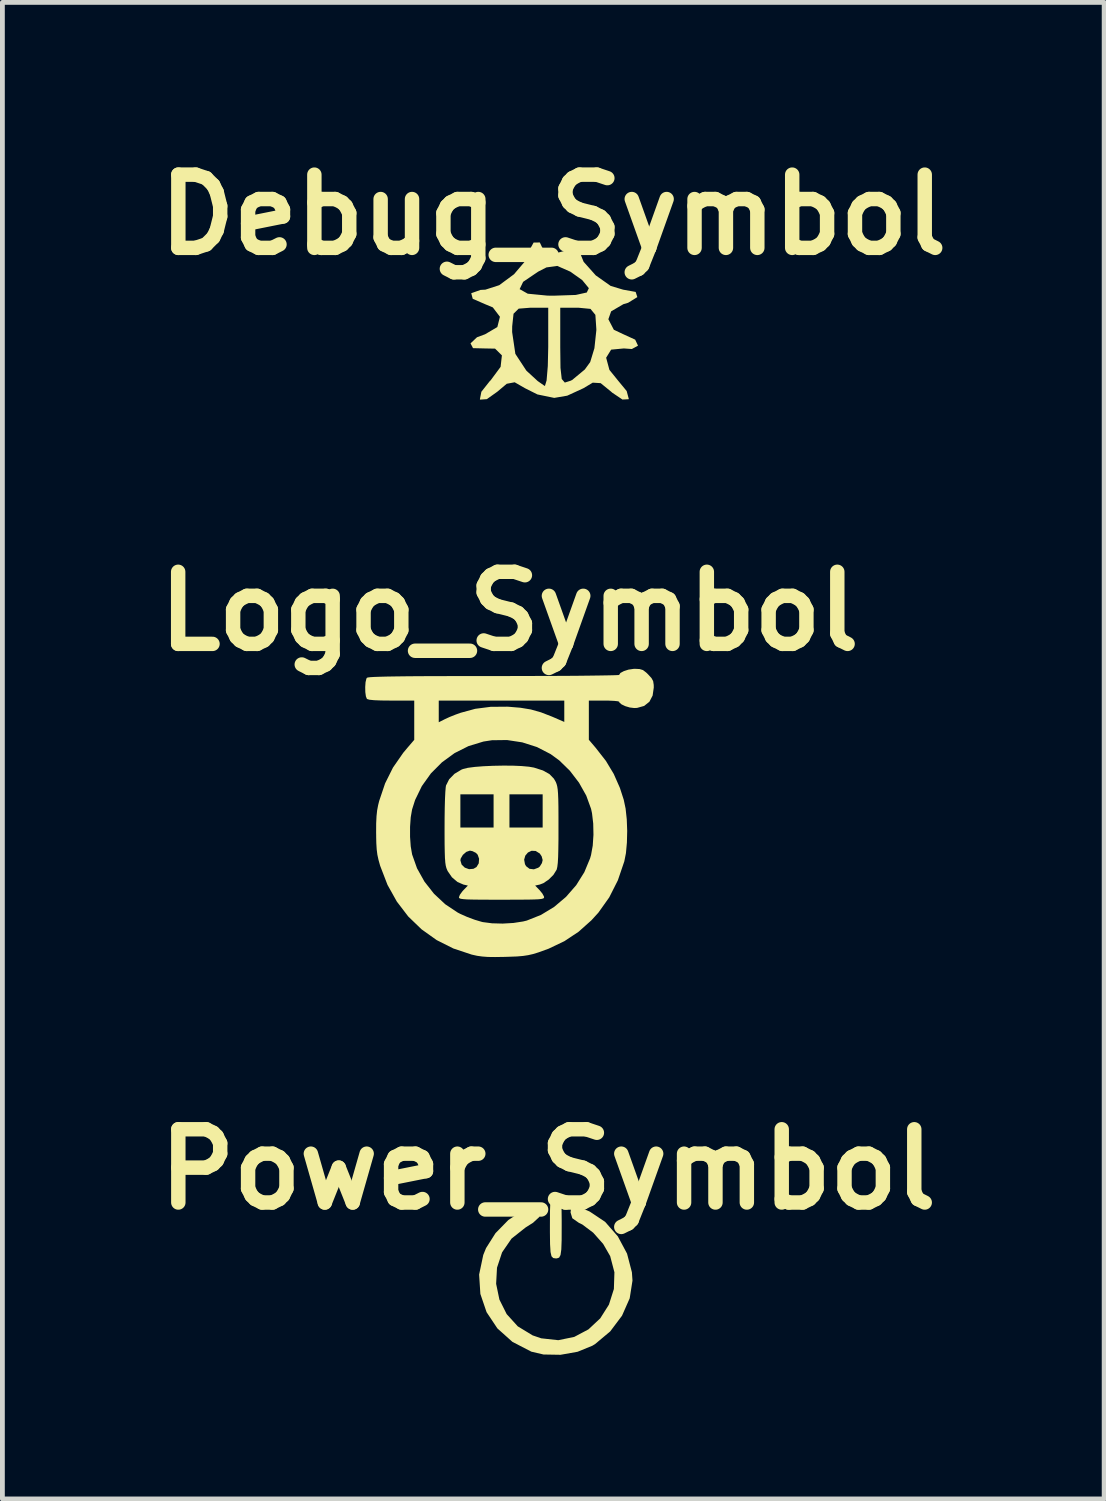
<source format=kicad_pcb>
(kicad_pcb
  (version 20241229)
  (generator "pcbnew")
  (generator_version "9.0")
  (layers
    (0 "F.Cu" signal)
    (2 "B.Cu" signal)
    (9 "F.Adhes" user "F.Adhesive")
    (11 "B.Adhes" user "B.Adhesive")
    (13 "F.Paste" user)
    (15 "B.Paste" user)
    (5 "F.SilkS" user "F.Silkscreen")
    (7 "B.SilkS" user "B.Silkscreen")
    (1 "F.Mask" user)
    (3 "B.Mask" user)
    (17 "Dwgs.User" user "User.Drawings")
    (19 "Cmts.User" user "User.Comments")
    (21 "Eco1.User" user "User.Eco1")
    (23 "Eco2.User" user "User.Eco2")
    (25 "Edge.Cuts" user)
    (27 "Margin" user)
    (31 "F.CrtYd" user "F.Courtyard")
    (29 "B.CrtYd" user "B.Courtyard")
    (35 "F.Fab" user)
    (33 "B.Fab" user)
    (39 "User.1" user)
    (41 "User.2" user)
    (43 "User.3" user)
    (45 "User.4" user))
  (footprint "Power_Symbol"
    (layer "F.Cu")
    (at 8.453 23.441)
    (property "Reference" "Power_Symbol" (at -0.1 -2.16 0) (layer "F.SilkS") (effects (font (size 1.524 1.524) (thickness 0.3))))
    (attr board_only exclude_from_pos_files exclude_from_bom)
    (fp_poly (pts (xy 0.115 -1.649) (xy 0.15 -1.611) (xy 0.171 -1.523) (xy 0.181 -1.363) (xy 0.184 -1.109) (xy 0.184 -0.982) (xy 0.183 -0.686) (xy 0.176 -0.492) (xy 0.16 -0.379) (xy 0.131 -0.324) (xy 0.084 -0.308) (xy 0.061 -0.307) (xy 0.008 -0.315) (xy -0.028 -0.352) (xy -0.048 -0.44) (xy -0.058 -0.601) (xy -0.061 -0.854) (xy -0.061 -0.982) (xy -0.06 -1.277) (xy -0.053 -1.471) (xy -0.037 -1.584) (xy -0.008 -1.639) (xy 0.038 -1.656) (xy 0.061 -1.657)) (stroke (width 0) (type solid)) (fill yes) (layer "F.SilkS"))
    (fp_poly (pts (xy 0.545 -1.378) (xy 0.741 -1.294) (xy 0.769 -1.281) (xy 1.088 -1.068) (xy 1.352 -0.766) (xy 1.544 -0.407) (xy 1.645 -0.019) (xy 1.657 0.154) (xy 1.599 0.523) (xy 1.439 0.885) (xy 1.193 1.212) (xy 0.88 1.474) (xy 0.821 1.51) (xy 0.515 1.635) (xy 0.16 1.698) (xy -0.194 1.692) (xy -0.447 1.633) (xy -0.841 1.429) (xy -1.154 1.149) (xy -1.379 0.811) (xy -1.508 0.432) (xy -1.534 0.029) (xy -1.448 -0.379) (xy -1.39 -0.522) (xy -1.193 -0.833) (xy -0.926 -1.106) (xy -0.626 -1.303) (xy -0.574 -1.327) (xy -0.389 -1.394) (xy -0.289 -1.398) (xy -0.251 -1.336) (xy -0.247 -1.273) (xy -0.286 -1.165) (xy -0.411 -1.05) (xy -0.567 -0.951) (xy -0.859 -0.72) (xy -1.056 -0.434) (xy -1.162 -0.114) (xy -1.18 0.221) (xy -1.112 0.549) (xy -0.961 0.851) (xy -0.73 1.106) (xy -0.421 1.294) (xy -0.242 1.355) (xy 0.113 1.394) (xy 0.445 1.326) (xy 0.741 1.169) (xy 0.986 0.94) (xy 1.167 0.654) (xy 1.27 0.329) (xy 1.281 -0.019) (xy 1.193 -0.355) (xy 1.046 -0.61) (xy 0.839 -0.843) (xy 0.613 -1.013) (xy 0.544 -1.046) (xy 0.405 -1.143) (xy 0.368 -1.265) (xy 0.381 -1.365) (xy 0.432 -1.402)) (stroke (width 0) (type solid)) (fill yes) (layer "F.SilkS")))
  (footprint "Logo_Symbol"
    (layer "F.Cu")
    (at 7.395 14.169)
    (property "Reference" "Logo_Symbol" (at 0.155 -4.5 0) (layer "F.SilkS") (effects (font (size 1.5 1.5) (thickness 0.3))))
    (attr board_only exclude_from_pos_files exclude_from_bom)
    (fp_poly (pts (xy 0.223 -1.288) (xy 0.408 -1.28) (xy 0.562 -1.266) (xy 0.665 -1.248) (xy 0.852 -1.188) (xy 0.987 -1.113) (xy 1.08 -1.017) (xy 1.119 -0.949) (xy 1.136 -0.906) (xy 1.149 -0.857) (xy 1.159 -0.793) (xy 1.166 -0.707) (xy 1.171 -0.592) (xy 1.174 -0.438) (xy 1.175 -0.239) (xy 1.175 -0.022) (xy 1.175 0.242) (xy 1.172 0.452) (xy 1.168 0.613) (xy 1.161 0.733) (xy 1.151 0.817) (xy 1.139 0.87) (xy 1.135 0.88) (xy 1.07 0.984) (xy 0.972 1.082) (xy 0.861 1.157) (xy 0.785 1.186) (xy 0.69 1.207) (xy 0.783 1.303) (xy 0.84 1.373) (xy 0.873 1.434) (xy 0.876 1.45) (xy 0.872 1.465) (xy 0.856 1.476) (xy 0.821 1.485) (xy 0.762 1.492) (xy 0.672 1.496) (xy 0.545 1.499) (xy 0.374 1.5) (xy 0.153 1.501) (xy -0.01 1.501) (xy -0.264 1.501) (xy -0.465 1.5) (xy -0.619 1.498) (xy -0.731 1.495) (xy -0.808 1.489) (xy -0.857 1.482) (xy -0.884 1.472) (xy -0.894 1.459) (xy -0.896 1.45) (xy -0.876 1.398) (xy -0.826 1.329) (xy -0.803 1.303) (xy -0.71 1.207) (xy -0.803 1.186) (xy -0.927 1.132) (xy -1.042 1.034) (xy -1.13 0.906) (xy -1.139 0.887) (xy -1.157 0.843) (xy -1.17 0.793) (xy -1.18 0.726) (xy -1.183 0.681) (xy -0.866 0.681) (xy -0.84 0.77) (xy -0.774 0.834) (xy -0.686 0.866) (xy -0.593 0.858) (xy -0.53 0.821) (xy -0.484 0.745) (xy -0.478 0.668) (xy 0.461 0.668) (xy 0.478 0.762) (xy 0.502 0.804) (xy 0.572 0.858) (xy 0.664 0.869) (xy 0.754 0.836) (xy 0.786 0.811) (xy 0.831 0.739) (xy 0.846 0.676) (xy 0.825 0.598) (xy 0.786 0.54) (xy 0.701 0.487) (xy 0.615 0.483) (xy 0.54 0.519) (xy 0.485 0.584) (xy 0.461 0.668) (xy -0.478 0.668) (xy -0.476 0.651) (xy -0.506 0.565) (xy -0.542 0.527) (xy -0.614 0.491) (xy -0.668 0.48) (xy -0.743 0.506) (xy -0.814 0.568) (xy -0.859 0.644) (xy -0.866 0.681) (xy -1.183 0.681) (xy -1.187 0.637) (xy -1.191 0.516) (xy -1.194 0.356) (xy -1.195 0.148) (xy -1.195 0) (xy -1.194 -0.219) (xy -1.192 -0.345) (xy -0.866 -0.345) (xy -0.866 0) (xy -0.52 0) (xy -0.175 0) (xy -0.175 -0.345) (xy 0.155 -0.345) (xy 0.155 0) (xy 0.501 0) (xy 0.846 0) (xy 0.846 -0.345) (xy 0.846 -0.691) (xy 0.501 -0.691) (xy 0.155 -0.691) (xy 0.155 -0.345) (xy -0.175 -0.345) (xy -0.175 -0.691) (xy -0.52 -0.691) (xy -0.866 -0.691) (xy -0.866 -0.345) (xy -1.192 -0.345) (xy -1.191 -0.422) (xy -1.186 -0.599) (xy -1.179 -0.741) (xy -1.171 -0.838) (xy -1.165 -0.875) (xy -1.1 -1.004) (xy -0.989 -1.118) (xy -0.844 -1.205) (xy -0.809 -1.219) (xy -0.711 -1.243) (xy -0.566 -1.262) (xy -0.387 -1.276) (xy -0.187 -1.285) (xy 0.021 -1.289)) (stroke (width 0) (type solid)) (fill yes) (layer "F.SilkS"))
    (fp_poly (pts (xy 2.865 -3.298) (xy 2.933 -3.277) (xy 2.999 -3.227) (xy 3.041 -3.186) (xy 3.11 -3.111) (xy 3.145 -3.047) (xy 3.157 -2.969) (xy 3.158 -2.913) (xy 3.134 -2.746) (xy 3.067 -2.618) (xy 2.958 -2.531) (xy 2.812 -2.49) (xy 2.752 -2.487) (xy 2.66 -2.498) (xy 2.565 -2.526) (xy 2.486 -2.564) (xy 2.441 -2.604) (xy 2.437 -2.619) (xy 2.409 -2.628) (xy 2.334 -2.636) (xy 2.223 -2.641) (xy 2.122 -2.642) (xy 1.807 -2.642) (xy 1.807 -2.234) (xy 1.807 -1.827) (xy 1.952 -1.656) (xy 2.162 -1.387) (xy 2.325 -1.116) (xy 2.453 -0.826) (xy 2.533 -0.579) (xy 2.572 -0.394) (xy 2.596 -0.171) (xy 2.605 0.07) (xy 2.599 0.311) (xy 2.579 0.532) (xy 2.545 0.703) (xy 2.411 1.097) (xy 2.231 1.453) (xy 2.005 1.771) (xy 1.861 1.929) (xy 1.592 2.169) (xy 1.298 2.364) (xy 0.969 2.521) (xy 0.756 2.598) (xy 0.645 2.632) (xy 0.544 2.655) (xy 0.439 2.671) (xy 0.312 2.682) (xy 0.149 2.688) (xy 0.05 2.691) (xy -0.143 2.694) (xy -0.293 2.692) (xy -0.412 2.683) (xy -0.519 2.668) (xy -0.626 2.644) (xy -0.634 2.642) (xy -1.012 2.516) (xy -1.36 2.341) (xy -1.674 2.117) (xy -1.951 1.85) (xy -2.188 1.54) (xy -2.382 1.193) (xy -2.53 0.809) (xy -2.537 0.789) (xy -2.57 0.671) (xy -2.593 0.565) (xy -2.607 0.456) (xy -2.615 0.326) (xy -2.618 0.194) (xy -1.913 0.194) (xy -1.899 0.392) (xy -1.871 0.555) (xy -1.871 0.557) (xy -1.768 0.848) (xy -1.613 1.125) (xy -1.415 1.377) (xy -1.182 1.595) (xy -0.922 1.768) (xy -0.866 1.797) (xy -0.722 1.861) (xy -0.568 1.918) (xy -0.431 1.959) (xy -0.4 1.967) (xy -0.207 1.992) (xy 0.014 1.998) (xy 0.237 1.985) (xy 0.439 1.954) (xy 0.516 1.935) (xy 0.81 1.818) (xy 1.085 1.651) (xy 1.332 1.442) (xy 1.544 1.199) (xy 1.713 0.929) (xy 1.833 0.64) (xy 1.853 0.57) (xy 1.888 0.376) (xy 1.903 0.149) (xy 1.898 -0.084) (xy 1.873 -0.298) (xy 1.853 -0.39) (xy 1.753 -0.665) (xy 1.602 -0.934) (xy 1.412 -1.182) (xy 1.192 -1.397) (xy 1.011 -1.529) (xy 0.728 -1.675) (xy 0.421 -1.773) (xy 0.105 -1.821) (xy -0.21 -1.817) (xy -0.385 -1.79) (xy -0.697 -1.695) (xy -0.987 -1.549) (xy -1.25 -1.357) (xy -1.479 -1.127) (xy -1.667 -0.864) (xy -1.808 -0.574) (xy -1.871 -0.376) (xy -1.899 -0.214) (xy -1.913 -0.016) (xy -1.913 0.194) (xy -2.618 0.194) (xy -2.618 0.157) (xy -2.619 0.105) (xy -2.618 -0.087) (xy -2.611 -0.235) (xy -2.598 -0.358) (xy -2.576 -0.472) (xy -2.555 -0.555) (xy -2.432 -0.92) (xy -2.268 -1.249) (xy -2.054 -1.557) (xy -1.972 -1.655) (xy -1.826 -1.825) (xy -1.826 -2.233) (xy -1.826 -2.416) (xy -1.316 -2.416) (xy -1.316 -2.191) (xy -1.189 -2.255) (xy -1.092 -2.3) (xy -0.967 -2.35) (xy -0.861 -2.388) (xy -0.556 -2.471) (xy -0.238 -2.512) (xy 0.11 -2.515) (xy 0.133 -2.514) (xy 0.384 -2.493) (xy 0.601 -2.457) (xy 0.81 -2.398) (xy 1.037 -2.31) (xy 1.063 -2.299) (xy 1.296 -2.198) (xy 1.296 -2.42) (xy 1.296 -2.642) (xy -0.01 -2.642) (xy -1.316 -2.642) (xy -1.316 -2.416) (xy -1.826 -2.416) (xy -1.826 -2.642) (xy -2.301 -2.642) (xy -2.509 -2.644) (xy -2.66 -2.65) (xy -2.759 -2.66) (xy -2.808 -2.675) (xy -2.811 -2.678) (xy -2.832 -2.73) (xy -2.844 -2.819) (xy -2.846 -2.925) (xy -2.839 -3.025) (xy -2.822 -3.097) (xy -2.811 -3.116) (xy -2.79 -3.123) (xy -2.74 -3.129) (xy -2.658 -3.134) (xy -2.54 -3.138) (xy -2.384 -3.142) (xy -2.188 -3.145) (xy -1.947 -3.148) (xy -1.66 -3.15) (xy -1.324 -3.151) (xy -0.935 -3.152) (xy -0.491 -3.152) (xy -0.169 -3.152) (xy 0.221 -3.153) (xy 0.593 -3.154) (xy 0.943 -3.155) (xy 1.267 -3.156) (xy 1.56 -3.158) (xy 1.819 -3.161) (xy 2.038 -3.164) (xy 2.214 -3.167) (xy 2.341 -3.17) (xy 2.417 -3.173) (xy 2.437 -3.176) (xy 2.464 -3.217) (xy 2.535 -3.255) (xy 2.631 -3.286) (xy 2.738 -3.302) (xy 2.768 -3.303)) (stroke (width 0) (type solid)) (fill yes) (layer "F.SilkS")))
  (footprint "Debug_Symbol"
    (layer "F.Cu")
    (at 8.482 3.728)
    (property "Reference" "Debug_Symbol" (at -0.02 -2.31 0) (layer "F.SilkS") (effects (font (size 1.524 1.524) (thickness 0.3))))
    (attr board_only exclude_from_pos_files exclude_from_bom)
    (fp_poly (pts (xy 0.451 -1.715) (xy 0.504 -1.595) (xy 0.612 -1.33) (xy 0.864 -1.048) (xy 1.174 -0.829) (xy 1.433 -0.751) (xy 1.694 -0.704) (xy 1.729 -0.596) (xy 1.537 -0.478) (xy 1.439 -0.449) (xy 1.184 -0.3) (xy 1.126 -0.136) (xy 1.24 0.083) (xy 1.439 0.177) (xy 1.684 0.289) (xy 1.743 0.414) (xy 1.615 0.484) (xy 1.448 0.472) (xy 1.184 0.497) (xy 1.08 0.665) (xy 1.148 0.918) (xy 1.324 1.136) (xy 1.507 1.358) (xy 1.551 1.522) (xy 1.547 1.529) (xy 1.419 1.535) (xy 1.206 1.392) (xy 1.184 1.372) (xy 0.966 1.194) (xy 0.801 1.184) (xy 0.607 1.3) (xy 0.27 1.455) (xy 0 1.501) (xy -0.35 1.429) (xy -0.607 1.3) (xy -0.823 1.176) (xy -0.988 1.207) (xy -1.184 1.372) (xy -1.402 1.527) (xy -1.541 1.537) (xy -1.547 1.529) (xy -1.516 1.373) (xy -1.342 1.153) (xy -1.324 1.136) (xy -1.116 0.855) (xy -1.089 0.616) (xy -1.231 0.476) (xy -1.448 0.472) (xy -1.69 0.466) (xy -1.742 0.366) (xy -1.607 0.239) (xy -1.439 0.177) (xy -1.361 0.131) (xy -0.876 0.131) (xy -0.809 0.585) (xy -0.582 0.931) (xy -0.569 0.944) (xy -0.345 1.15) (xy -0.202 1.25) (xy -0.193 1.251) (xy -0.159 1.137) (xy -0.134 0.838) (xy -0.125 0.442) (xy 0.125 0.442) (xy 0.13 0.877) (xy 0.156 1.108) (xy 0.22 1.182) (xy 0.338 1.145) (xy 0.373 1.128) (xy 0.636 0.91) (xy 0.748 0.756) (xy 0.836 0.467) (xy 0.876 0.093) (xy 0.876 0.071) (xy 0.856 -0.227) (xy 0.754 -0.351) (xy 0.506 -0.375) (xy 0.5 -0.375) (xy 0.125 -0.375) (xy 0.125 0.442) (xy -0.125 0.442) (xy -0.125 0.438) (xy -0.125 -0.375) (xy -0.5 -0.375) (xy -0.74 -0.356) (xy -0.847 -0.25) (xy -0.875 0.013) (xy -0.876 0.131) (xy -1.361 0.131) (xy -1.184 0.027) (xy -1.13 -0.187) (xy -1.278 -0.382) (xy -1.439 -0.449) (xy -1.696 -0.561) (xy -1.727 -0.677) (xy -1.532 -0.746) (xy -1.433 -0.751) (xy -1.399 -0.762) (xy -0.72 -0.762) (xy -0.551 -0.667) (xy -0.14 -0.627) (xy 0 -0.626) (xy 0.448 -0.641) (xy 0.677 -0.692) (xy 0.72 -0.782) (xy 0.581 -0.951) (xy 0.334 -1.126) (xy 0.063 -1.245) (xy -0.162 -1.214) (xy -0.334 -1.126) (xy -0.647 -0.914) (xy -0.72 -0.762) (xy -1.399 -0.762) (xy -1.145 -0.844) (xy -0.837 -1.072) (xy -0.595 -1.356) (xy -0.504 -1.595) (xy -0.429 -1.731) (xy -0.3 -1.733) (xy -0.25 -1.627) (xy -0.145 -1.525) (xy 0 -1.501) (xy 0.203 -1.554) (xy 0.25 -1.627) (xy 0.323 -1.744)) (stroke (width 0) (type solid)) (fill yes) (layer "F.SilkS")))
  (gr_rect
    (start -3 -3)
    (end 19.924 28.138)
    (stroke (width 0.1) (type default))
    (fill no)
    (layer "Edge.Cuts")))
</source>
